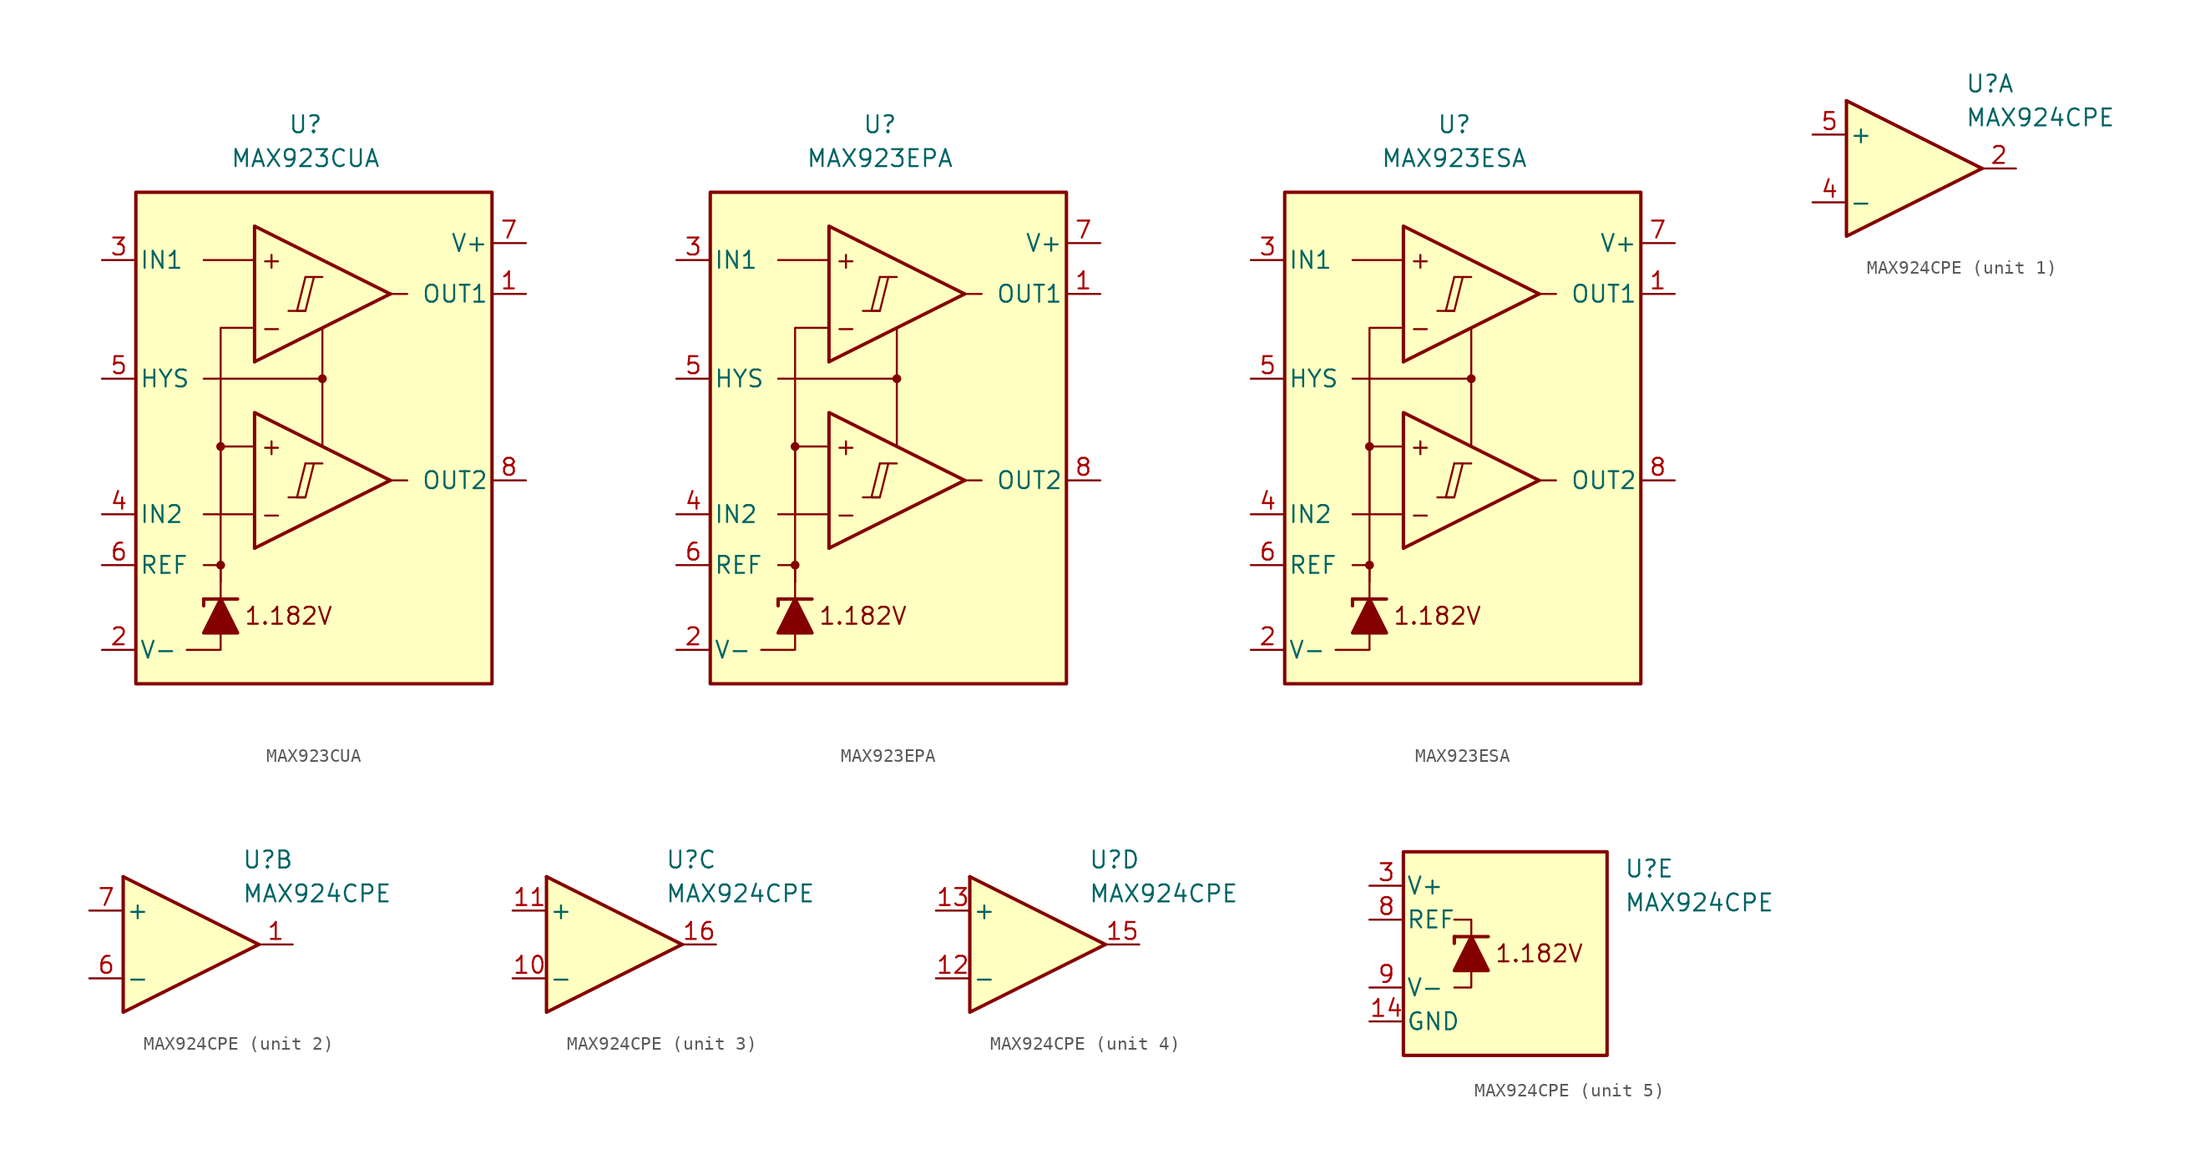
<source format=kicad_sym>
(kicad_symbol_lib
  (version 20211014)
  (generator kicad_symbol_editor)
  (symbol "MAX923CUA"
    (pin_names
      (offset 0.254))
    (property "Reference" "U"
      (at -1.27 22.86 0)
      (effects (font (size 1.27 1.27))))
    (property "Value" "MAX923CUA"
      (at -1.27 20.32 0)
      (effects (font (size 1.27 1.27))))
    (symbol "MAX923CUA_0_0"
      (rectangle (start -13.97 17.78) (end 12.7 -19.05) (stroke (width 0.254) (type default) (color 0 0 0 0)) (fill (type background)))
      (circle (center -7.62 -10.16) (radius 0.254) (stroke (width 0.152) (type default) (color 0 0 0 0)) (fill (type outline)))
      (circle (center -7.62 -1.27) (radius 0.254) (stroke (width 0.152) (type default) (color 0 0 0 0)) (fill (type outline)))
      (polyline (pts (xy -2.54 -5.08) (xy -1.27 -5.08)) (stroke (width 0.152) (type default) (color 0 0 0 0)) (fill (type none)))
      (polyline (pts (xy -2.54 8.89) (xy -1.27 8.89)) (stroke (width 0.152) (type default) (color 0 0 0 0)) (fill (type none)))
      (polyline (pts (xy -1.27 -2.54) (xy 0 -2.54)) (stroke (width 0.152) (type default) (color 0 0 0 0)) (fill (type none)))
      (polyline (pts (xy -1.27 11.43) (xy 0 11.43)) (stroke (width 0.152) (type default) (color 0 0 0 0)) (fill (type none)))
      (polyline (pts (xy 5.08 -3.81) (xy -5.08 -8.89)) (stroke (width 0.254) (type default) (color 0 0 0 0)) (fill (type none)))
      (polyline (pts (xy 5.08 10.16) (xy -5.08 5.08)) (stroke (width 0.254) (type default) (color 0 0 0 0)) (fill (type none)))
      (polyline (pts (xy 5.08 -3.81) (xy -5.08 1.27) (xy -5.08 -8.89)) (stroke (width 0.254) (type default) (color 0 0 0 0)) (fill (type background)))
      (polyline (pts (xy 5.08 10.16) (xy -5.08 15.24) (xy -5.08 5.08)) (stroke (width 0.254) (type default) (color 0 0 0 0)) (fill (type background)))
      (polyline (pts (xy -1.27 -2.54) (xy -1.905 -5.08) (xy -1.27 -5.08) (xy -0.635 -2.54)) (stroke (width 0.152) (type default) (color 0 0 0 0)) (fill (type none)))
      (polyline (pts (xy -1.27 11.43) (xy -1.905 8.89) (xy -1.27 8.89) (xy -0.635 11.43)) (stroke (width 0.152) (type default) (color 0 0 0 0)) (fill (type none)))
      (circle (center 0 3.81) (radius 0.254) (stroke (width 0.152) (type default) (color 0 0 0 0)) (fill (type outline)))
      (text "+" (at -3.81 -1.27 0) (effects (font (size 1.27 1.27))))
      (text "+" (at -3.81 12.7 0) (effects (font (size 1.27 1.27))))
      (text "-" (at -3.81 -6.35 0) (effects (font (size 1.27 1.27))))
      (text "-" (at -3.81 7.62 0) (effects (font (size 1.27 1.27))))
      (text "1.182V" (at -2.54 -13.97 0) (effects (font (size 1.27 1.27)))))
    (symbol "MAX923CUA_0_1"
      (polyline (pts (xy -8.89 -12.7) (xy -8.89 -13.208)) (stroke (width 0.254) (type default) (color 0 0 0 0)) (fill (type none)))
      (polyline (pts (xy -8.89 -12.7) (xy -6.35 -12.7)) (stroke (width 0.254) (type default) (color 0 0 0 0)) (fill (type none)))
      (polyline (pts (xy -5.08 -6.35) (xy -8.89 -6.35)) (stroke (width 0) (type default) (color 0 0 0 0)) (fill (type none)))
      (polyline (pts (xy -5.08 12.7) (xy -8.89 12.7)) (stroke (width 0) (type default) (color 0 0 0 0)) (fill (type none)))
      (polyline (pts (xy 0 3.81) (xy 0 -1.27)) (stroke (width 0) (type default) (color 0 0 0 0)) (fill (type none)))
      (polyline (pts (xy 5.08 -3.81) (xy 6.35 -3.81)) (stroke (width 0) (type default) (color 0 0 0 0)) (fill (type none)))
      (polyline (pts (xy 5.08 10.16) (xy 6.35 10.16)) (stroke (width 0) (type default) (color 0 0 0 0)) (fill (type none)))
      (polyline (pts (xy -7.62 -15.24) (xy -7.62 -16.51) (xy -10.16 -16.51)) (stroke (width 0) (type default) (color 0 0 0 0)) (fill (type none)))
      (polyline (pts (xy -7.62 -12.7) (xy -7.62 -10.16) (xy -8.89 -10.16)) (stroke (width 0) (type default) (color 0 0 0 0)) (fill (type none)))
      (polyline (pts (xy -7.62 -11.43) (xy -7.62 -1.27) (xy -5.08 -1.27)) (stroke (width 0) (type default) (color 0 0 0 0)) (fill (type none)))
      (polyline (pts (xy -7.62 -6.35) (xy -7.62 7.62) (xy -5.08 7.62)) (stroke (width 0) (type default) (color 0 0 0 0)) (fill (type none)))
      (polyline (pts (xy 0 7.62) (xy 0 3.81) (xy -8.89 3.81)) (stroke (width 0) (type default) (color 0 0 0 0)) (fill (type none)))
      (polyline (pts (xy -6.35 -15.24) (xy -8.89 -15.24) (xy -7.62 -12.7) (xy -6.35 -15.24)) (stroke (width 0.254) (type default) (color 0 0 0 0)) (fill (type outline))))
    (symbol "MAX923CUA_1_1"
      (pin output line (at 15.24 10.16 180) (length 2.54) (name "OUT1" (effects (font (size 1.27 1.27)))) (number "1" (effects (font (size 1.27 1.27)))))
      (pin power_in line (at -16.51 -16.51 0) (length 2.54) (name "V-" (effects (font (size 1.27 1.27)))) (number "2" (effects (font (size 1.27 1.27)))))
      (pin input line (at -16.51 12.7 0) (length 2.54) (name "IN1" (effects (font (size 1.27 1.27)))) (number "3" (effects (font (size 1.27 1.27)))))
      (pin input line (at -16.51 -6.35 0) (length 2.54) (name "IN2" (effects (font (size 1.27 1.27)))) (number "4" (effects (font (size 1.27 1.27)))))
      (pin input line (at -16.51 3.81 0) (length 2.54) (name "HYS" (effects (font (size 1.27 1.27)))) (number "5" (effects (font (size 1.27 1.27)))))
      (pin output line (at -16.51 -10.16 0) (length 2.54) (name "REF" (effects (font (size 1.27 1.27)))) (number "6" (effects (font (size 1.27 1.27)))))
      (pin power_in line (at 15.24 13.97 180) (length 2.54) (name "V+" (effects (font (size 1.27 1.27)))) (number "7" (effects (font (size 1.27 1.27)))))
      (pin output line (at 15.24 -3.81 180) (length 2.54) (name "OUT2" (effects (font (size 1.27 1.27)))) (number "8" (effects (font (size 1.27 1.27)))))))
  (symbol "MAX923EPA"
    (pin_names
      (offset 0.254))
    (property "Reference" "U"
      (at -1.27 22.86 0)
      (effects (font (size 1.27 1.27))))
    (property "Value" "MAX923EPA"
      (at -1.27 20.32 0)
      (effects (font (size 1.27 1.27))))
    (symbol "MAX923EPA_0_0"
      (rectangle (start -13.97 17.78) (end 12.7 -19.05) (stroke (width 0.254) (type default) (color 0 0 0 0)) (fill (type background)))
      (circle (center -7.62 -10.16) (radius 0.254) (stroke (width 0.152) (type default) (color 0 0 0 0)) (fill (type outline)))
      (circle (center -7.62 -1.27) (radius 0.254) (stroke (width 0.152) (type default) (color 0 0 0 0)) (fill (type outline)))
      (polyline (pts (xy -2.54 -5.08) (xy -1.27 -5.08)) (stroke (width 0.152) (type default) (color 0 0 0 0)) (fill (type none)))
      (polyline (pts (xy -2.54 8.89) (xy -1.27 8.89)) (stroke (width 0.152) (type default) (color 0 0 0 0)) (fill (type none)))
      (polyline (pts (xy -1.27 -2.54) (xy 0 -2.54)) (stroke (width 0.152) (type default) (color 0 0 0 0)) (fill (type none)))
      (polyline (pts (xy -1.27 11.43) (xy 0 11.43)) (stroke (width 0.152) (type default) (color 0 0 0 0)) (fill (type none)))
      (polyline (pts (xy 5.08 -3.81) (xy -5.08 -8.89)) (stroke (width 0.254) (type default) (color 0 0 0 0)) (fill (type none)))
      (polyline (pts (xy 5.08 10.16) (xy -5.08 5.08)) (stroke (width 0.254) (type default) (color 0 0 0 0)) (fill (type none)))
      (polyline (pts (xy 5.08 -3.81) (xy -5.08 1.27) (xy -5.08 -8.89)) (stroke (width 0.254) (type default) (color 0 0 0 0)) (fill (type background)))
      (polyline (pts (xy 5.08 10.16) (xy -5.08 15.24) (xy -5.08 5.08)) (stroke (width 0.254) (type default) (color 0 0 0 0)) (fill (type background)))
      (polyline (pts (xy -1.27 -2.54) (xy -1.905 -5.08) (xy -1.27 -5.08) (xy -0.635 -2.54)) (stroke (width 0.152) (type default) (color 0 0 0 0)) (fill (type none)))
      (polyline (pts (xy -1.27 11.43) (xy -1.905 8.89) (xy -1.27 8.89) (xy -0.635 11.43)) (stroke (width 0.152) (type default) (color 0 0 0 0)) (fill (type none)))
      (circle (center 0 3.81) (radius 0.254) (stroke (width 0.152) (type default) (color 0 0 0 0)) (fill (type outline)))
      (text "+" (at -3.81 -1.27 0) (effects (font (size 1.27 1.27))))
      (text "+" (at -3.81 12.7 0) (effects (font (size 1.27 1.27))))
      (text "-" (at -3.81 -6.35 0) (effects (font (size 1.27 1.27))))
      (text "-" (at -3.81 7.62 0) (effects (font (size 1.27 1.27))))
      (text "1.182V" (at -2.54 -13.97 0) (effects (font (size 1.27 1.27)))))
    (symbol "MAX923EPA_0_1"
      (polyline (pts (xy -8.89 -12.7) (xy -8.89 -13.208)) (stroke (width 0.254) (type default) (color 0 0 0 0)) (fill (type none)))
      (polyline (pts (xy -8.89 -12.7) (xy -6.35 -12.7)) (stroke (width 0.254) (type default) (color 0 0 0 0)) (fill (type none)))
      (polyline (pts (xy -5.08 -6.35) (xy -8.89 -6.35)) (stroke (width 0) (type default) (color 0 0 0 0)) (fill (type none)))
      (polyline (pts (xy -5.08 12.7) (xy -8.89 12.7)) (stroke (width 0) (type default) (color 0 0 0 0)) (fill (type none)))
      (polyline (pts (xy 0 3.81) (xy 0 -1.27)) (stroke (width 0) (type default) (color 0 0 0 0)) (fill (type none)))
      (polyline (pts (xy 5.08 -3.81) (xy 6.35 -3.81)) (stroke (width 0) (type default) (color 0 0 0 0)) (fill (type none)))
      (polyline (pts (xy 5.08 10.16) (xy 6.35 10.16)) (stroke (width 0) (type default) (color 0 0 0 0)) (fill (type none)))
      (polyline (pts (xy -7.62 -15.24) (xy -7.62 -16.51) (xy -10.16 -16.51)) (stroke (width 0) (type default) (color 0 0 0 0)) (fill (type none)))
      (polyline (pts (xy -7.62 -12.7) (xy -7.62 -10.16) (xy -8.89 -10.16)) (stroke (width 0) (type default) (color 0 0 0 0)) (fill (type none)))
      (polyline (pts (xy -7.62 -11.43) (xy -7.62 -1.27) (xy -5.08 -1.27)) (stroke (width 0) (type default) (color 0 0 0 0)) (fill (type none)))
      (polyline (pts (xy -7.62 -6.35) (xy -7.62 7.62) (xy -5.08 7.62)) (stroke (width 0) (type default) (color 0 0 0 0)) (fill (type none)))
      (polyline (pts (xy 0 7.62) (xy 0 3.81) (xy -8.89 3.81)) (stroke (width 0) (type default) (color 0 0 0 0)) (fill (type none)))
      (polyline (pts (xy -6.35 -15.24) (xy -8.89 -15.24) (xy -7.62 -12.7) (xy -6.35 -15.24)) (stroke (width 0.254) (type default) (color 0 0 0 0)) (fill (type outline))))
    (symbol "MAX923EPA_1_1"
      (pin output line (at 15.24 10.16 180) (length 2.54) (name "OUT1" (effects (font (size 1.27 1.27)))) (number "1" (effects (font (size 1.27 1.27)))))
      (pin power_in line (at -16.51 -16.51 0) (length 2.54) (name "V-" (effects (font (size 1.27 1.27)))) (number "2" (effects (font (size 1.27 1.27)))))
      (pin input line (at -16.51 12.7 0) (length 2.54) (name "IN1" (effects (font (size 1.27 1.27)))) (number "3" (effects (font (size 1.27 1.27)))))
      (pin input line (at -16.51 -6.35 0) (length 2.54) (name "IN2" (effects (font (size 1.27 1.27)))) (number "4" (effects (font (size 1.27 1.27)))))
      (pin input line (at -16.51 3.81 0) (length 2.54) (name "HYS" (effects (font (size 1.27 1.27)))) (number "5" (effects (font (size 1.27 1.27)))))
      (pin output line (at -16.51 -10.16 0) (length 2.54) (name "REF" (effects (font (size 1.27 1.27)))) (number "6" (effects (font (size 1.27 1.27)))))
      (pin power_in line (at 15.24 13.97 180) (length 2.54) (name "V+" (effects (font (size 1.27 1.27)))) (number "7" (effects (font (size 1.27 1.27)))))
      (pin output line (at 15.24 -3.81 180) (length 2.54) (name "OUT2" (effects (font (size 1.27 1.27)))) (number "8" (effects (font (size 1.27 1.27)))))))
  (symbol "MAX923ESA"
    (pin_names
      (offset 0.254))
    (property "Reference" "U"
      (at -1.27 22.86 0)
      (effects (font (size 1.27 1.27))))
    (property "Value" "MAX923ESA"
      (at -1.27 20.32 0)
      (effects (font (size 1.27 1.27))))
    (symbol "MAX923ESA_0_0"
      (rectangle (start -13.97 17.78) (end 12.7 -19.05) (stroke (width 0.254) (type default) (color 0 0 0 0)) (fill (type background)))
      (circle (center -7.62 -10.16) (radius 0.254) (stroke (width 0.152) (type default) (color 0 0 0 0)) (fill (type outline)))
      (circle (center -7.62 -1.27) (radius 0.254) (stroke (width 0.152) (type default) (color 0 0 0 0)) (fill (type outline)))
      (polyline (pts (xy -2.54 -5.08) (xy -1.27 -5.08)) (stroke (width 0.152) (type default) (color 0 0 0 0)) (fill (type none)))
      (polyline (pts (xy -2.54 8.89) (xy -1.27 8.89)) (stroke (width 0.152) (type default) (color 0 0 0 0)) (fill (type none)))
      (polyline (pts (xy -1.27 -2.54) (xy 0 -2.54)) (stroke (width 0.152) (type default) (color 0 0 0 0)) (fill (type none)))
      (polyline (pts (xy -1.27 11.43) (xy 0 11.43)) (stroke (width 0.152) (type default) (color 0 0 0 0)) (fill (type none)))
      (polyline (pts (xy 5.08 -3.81) (xy -5.08 -8.89)) (stroke (width 0.254) (type default) (color 0 0 0 0)) (fill (type none)))
      (polyline (pts (xy 5.08 10.16) (xy -5.08 5.08)) (stroke (width 0.254) (type default) (color 0 0 0 0)) (fill (type none)))
      (polyline (pts (xy 5.08 -3.81) (xy -5.08 1.27) (xy -5.08 -8.89)) (stroke (width 0.254) (type default) (color 0 0 0 0)) (fill (type background)))
      (polyline (pts (xy 5.08 10.16) (xy -5.08 15.24) (xy -5.08 5.08)) (stroke (width 0.254) (type default) (color 0 0 0 0)) (fill (type background)))
      (polyline (pts (xy -1.27 -2.54) (xy -1.905 -5.08) (xy -1.27 -5.08) (xy -0.635 -2.54)) (stroke (width 0.152) (type default) (color 0 0 0 0)) (fill (type none)))
      (polyline (pts (xy -1.27 11.43) (xy -1.905 8.89) (xy -1.27 8.89) (xy -0.635 11.43)) (stroke (width 0.152) (type default) (color 0 0 0 0)) (fill (type none)))
      (circle (center 0 3.81) (radius 0.254) (stroke (width 0.152) (type default) (color 0 0 0 0)) (fill (type outline)))
      (text "+" (at -3.81 -1.27 0) (effects (font (size 1.27 1.27))))
      (text "+" (at -3.81 12.7 0) (effects (font (size 1.27 1.27))))
      (text "-" (at -3.81 -6.35 0) (effects (font (size 1.27 1.27))))
      (text "-" (at -3.81 7.62 0) (effects (font (size 1.27 1.27))))
      (text "1.182V" (at -2.54 -13.97 0) (effects (font (size 1.27 1.27)))))
    (symbol "MAX923ESA_0_1"
      (polyline (pts (xy -8.89 -12.7) (xy -8.89 -13.208)) (stroke (width 0.254) (type default) (color 0 0 0 0)) (fill (type none)))
      (polyline (pts (xy -8.89 -12.7) (xy -6.35 -12.7)) (stroke (width 0.254) (type default) (color 0 0 0 0)) (fill (type none)))
      (polyline (pts (xy -5.08 -6.35) (xy -8.89 -6.35)) (stroke (width 0) (type default) (color 0 0 0 0)) (fill (type none)))
      (polyline (pts (xy -5.08 12.7) (xy -8.89 12.7)) (stroke (width 0) (type default) (color 0 0 0 0)) (fill (type none)))
      (polyline (pts (xy 0 3.81) (xy 0 -1.27)) (stroke (width 0) (type default) (color 0 0 0 0)) (fill (type none)))
      (polyline (pts (xy 5.08 -3.81) (xy 6.35 -3.81)) (stroke (width 0) (type default) (color 0 0 0 0)) (fill (type none)))
      (polyline (pts (xy 5.08 10.16) (xy 6.35 10.16)) (stroke (width 0) (type default) (color 0 0 0 0)) (fill (type none)))
      (polyline (pts (xy -7.62 -15.24) (xy -7.62 -16.51) (xy -10.16 -16.51)) (stroke (width 0) (type default) (color 0 0 0 0)) (fill (type none)))
      (polyline (pts (xy -7.62 -12.7) (xy -7.62 -10.16) (xy -8.89 -10.16)) (stroke (width 0) (type default) (color 0 0 0 0)) (fill (type none)))
      (polyline (pts (xy -7.62 -11.43) (xy -7.62 -1.27) (xy -5.08 -1.27)) (stroke (width 0) (type default) (color 0 0 0 0)) (fill (type none)))
      (polyline (pts (xy -7.62 -6.35) (xy -7.62 7.62) (xy -5.08 7.62)) (stroke (width 0) (type default) (color 0 0 0 0)) (fill (type none)))
      (polyline (pts (xy 0 7.62) (xy 0 3.81) (xy -8.89 3.81)) (stroke (width 0) (type default) (color 0 0 0 0)) (fill (type none)))
      (polyline (pts (xy -6.35 -15.24) (xy -8.89 -15.24) (xy -7.62 -12.7) (xy -6.35 -15.24)) (stroke (width 0.254) (type default) (color 0 0 0 0)) (fill (type outline))))
    (symbol "MAX923ESA_1_1"
      (pin output line (at 15.24 10.16 180) (length 2.54) (name "OUT1" (effects (font (size 1.27 1.27)))) (number "1" (effects (font (size 1.27 1.27)))))
      (pin power_in line (at -16.51 -16.51 0) (length 2.54) (name "V-" (effects (font (size 1.27 1.27)))) (number "2" (effects (font (size 1.27 1.27)))))
      (pin input line (at -16.51 12.7 0) (length 2.54) (name "IN1" (effects (font (size 1.27 1.27)))) (number "3" (effects (font (size 1.27 1.27)))))
      (pin input line (at -16.51 -6.35 0) (length 2.54) (name "IN2" (effects (font (size 1.27 1.27)))) (number "4" (effects (font (size 1.27 1.27)))))
      (pin input line (at -16.51 3.81 0) (length 2.54) (name "HYS" (effects (font (size 1.27 1.27)))) (number "5" (effects (font (size 1.27 1.27)))))
      (pin output line (at -16.51 -10.16 0) (length 2.54) (name "REF" (effects (font (size 1.27 1.27)))) (number "6" (effects (font (size 1.27 1.27)))))
      (pin power_in line (at 15.24 13.97 180) (length 2.54) (name "V+" (effects (font (size 1.27 1.27)))) (number "7" (effects (font (size 1.27 1.27)))))
      (pin output line (at 15.24 -3.81 180) (length 2.54) (name "OUT2" (effects (font (size 1.27 1.27)))) (number "8" (effects (font (size 1.27 1.27)))))))
  (symbol "MAX924CPE"
    (pin_names
      (offset 0.2))
    (property "Reference" "U"
      (at 5.08 6.35 0)
      (effects (font (size 1.27 1.27)) (justify left)))
    (property "Value" "MAX924CPE"
      (at 5.08 3.81 0)
      (effects (font (size 1.27 1.27)) (justify left)))
    (property "ki_locked" ""
      (at 0 0 0)
      (effects (font (size 1.27 1.27))))
    (symbol "MAX924CPE_1_1"
      (polyline (pts (xy -3.81 5.08) (xy 6.35 0)) (stroke (width 0.254) (type default) (color 0 0 0 0)) (fill (type none)))
      (polyline (pts (xy -3.81 5.08) (xy -3.81 -5.08) (xy 6.35 0)) (stroke (width 0.254) (type default) (color 0 0 0 0)) (fill (type background)))
      (pin output line (at 8.89 0 180) (length 2.54) (name "~" (effects (font (size 1.27 1.27)))) (number "2" (effects (font (size 1.27 1.27)))))
      (pin input line (at -6.35 -2.54 0) (length 2.54) (name "-" (effects (font (size 1.27 1.27)))) (number "4" (effects (font (size 1.27 1.27)))))
      (pin input line (at -6.35 2.54 0) (length 2.54) (name "+" (effects (font (size 1.27 1.27)))) (number "5" (effects (font (size 1.27 1.27))))))
    (symbol "MAX924CPE_2_1"
      (polyline (pts (xy -3.81 5.08) (xy 6.35 0)) (stroke (width 0.254) (type default) (color 0 0 0 0)) (fill (type none)))
      (polyline (pts (xy -3.81 5.08) (xy -3.81 -5.08) (xy 6.35 0)) (stroke (width 0.254) (type default) (color 0 0 0 0)) (fill (type background)))
      (pin output line (at 8.89 0 180) (length 2.54) (name "~" (effects (font (size 1.27 1.27)))) (number "1" (effects (font (size 1.27 1.27)))))
      (pin input line (at -6.35 -2.54 0) (length 2.54) (name "-" (effects (font (size 1.27 1.27)))) (number "6" (effects (font (size 1.27 1.27)))))
      (pin input line (at -6.35 2.54 0) (length 2.54) (name "+" (effects (font (size 1.27 1.27)))) (number "7" (effects (font (size 1.27 1.27))))))
    (symbol "MAX924CPE_3_1"
      (polyline (pts (xy -3.81 5.08) (xy 6.35 0)) (stroke (width 0.254) (type default) (color 0 0 0 0)) (fill (type none)))
      (polyline (pts (xy -3.81 5.08) (xy -3.81 -5.08) (xy 6.35 0)) (stroke (width 0.254) (type default) (color 0 0 0 0)) (fill (type background)))
      (pin input line (at -6.35 -2.54 0) (length 2.54) (name "-" (effects (font (size 1.27 1.27)))) (number "10" (effects (font (size 1.27 1.27)))))
      (pin input line (at -6.35 2.54 0) (length 2.54) (name "+" (effects (font (size 1.27 1.27)))) (number "11" (effects (font (size 1.27 1.27)))))
      (pin output line (at 8.89 0 180) (length 2.54) (name "~" (effects (font (size 1.27 1.27)))) (number "16" (effects (font (size 1.27 1.27))))))
    (symbol "MAX924CPE_4_1"
      (polyline (pts (xy -3.81 5.08) (xy 6.35 0)) (stroke (width 0.254) (type default) (color 0 0 0 0)) (fill (type none)))
      (polyline (pts (xy -3.81 5.08) (xy -3.81 -5.08) (xy 6.35 0)) (stroke (width 0.254) (type default) (color 0 0 0 0)) (fill (type background)))
      (pin input line (at -6.35 -2.54 0) (length 2.54) (name "-" (effects (font (size 1.27 1.27)))) (number "12" (effects (font (size 1.27 1.27)))))
      (pin input line (at -6.35 2.54 0) (length 2.54) (name "+" (effects (font (size 1.27 1.27)))) (number "13" (effects (font (size 1.27 1.27)))))
      (pin output line (at 8.89 0 180) (length 2.54) (name "~" (effects (font (size 1.27 1.27)))) (number "15" (effects (font (size 1.27 1.27))))))
    (symbol "MAX924CPE_5_0"
      (text "1.182V" (at -1.27 0 0) (effects (font (size 1.27 1.27)))))
    (symbol "MAX924CPE_5_1"
      (rectangle (start -11.43 7.62) (end 3.81 -7.62) (stroke (width 0.254) (type default) (color 0 0 0 0)) (fill (type background)))
      (polyline (pts (xy -7.62 1.27) (xy -7.62 0.762)) (stroke (width 0.254) (type default) (color 0 0 0 0)) (fill (type none)))
      (polyline (pts (xy -7.62 1.27) (xy -5.08 1.27)) (stroke (width 0.254) (type default) (color 0 0 0 0)) (fill (type none)))
      (polyline (pts (xy -6.35 -1.27) (xy -6.35 -2.54) (xy -7.62 -2.54)) (stroke (width 0) (type default) (color 0 0 0 0)) (fill (type none)))
      (polyline (pts (xy -6.35 1.27) (xy -6.35 2.54) (xy -7.62 2.54)) (stroke (width 0) (type default) (color 0 0 0 0)) (fill (type none)))
      (polyline (pts (xy -5.08 -1.27) (xy -7.62 -1.27) (xy -6.35 1.27) (xy -5.08 -1.27)) (stroke (width 0.254) (type default) (color 0 0 0 0)) (fill (type outline)))
      (pin power_in line (at -13.97 -5.08 0) (length 2.54) (name "GND" (effects (font (size 1.27 1.27)))) (number "14" (effects (font (size 1.27 1.27)))))
      (pin power_in line (at -13.97 5.08 0) (length 2.54) (name "V+" (effects (font (size 1.27 1.27)))) (number "3" (effects (font (size 1.27 1.27)))))
      (pin output line (at -13.97 2.54 0) (length 2.54) (name "REF" (effects (font (size 1.27 1.27)))) (number "8" (effects (font (size 1.27 1.27)))))
      (pin power_in line (at -13.97 -2.54 0) (length 2.54) (name "V-" (effects (font (size 1.27 1.27)))) (number "9" (effects (font (size 1.27 1.27))))))))
</source>
